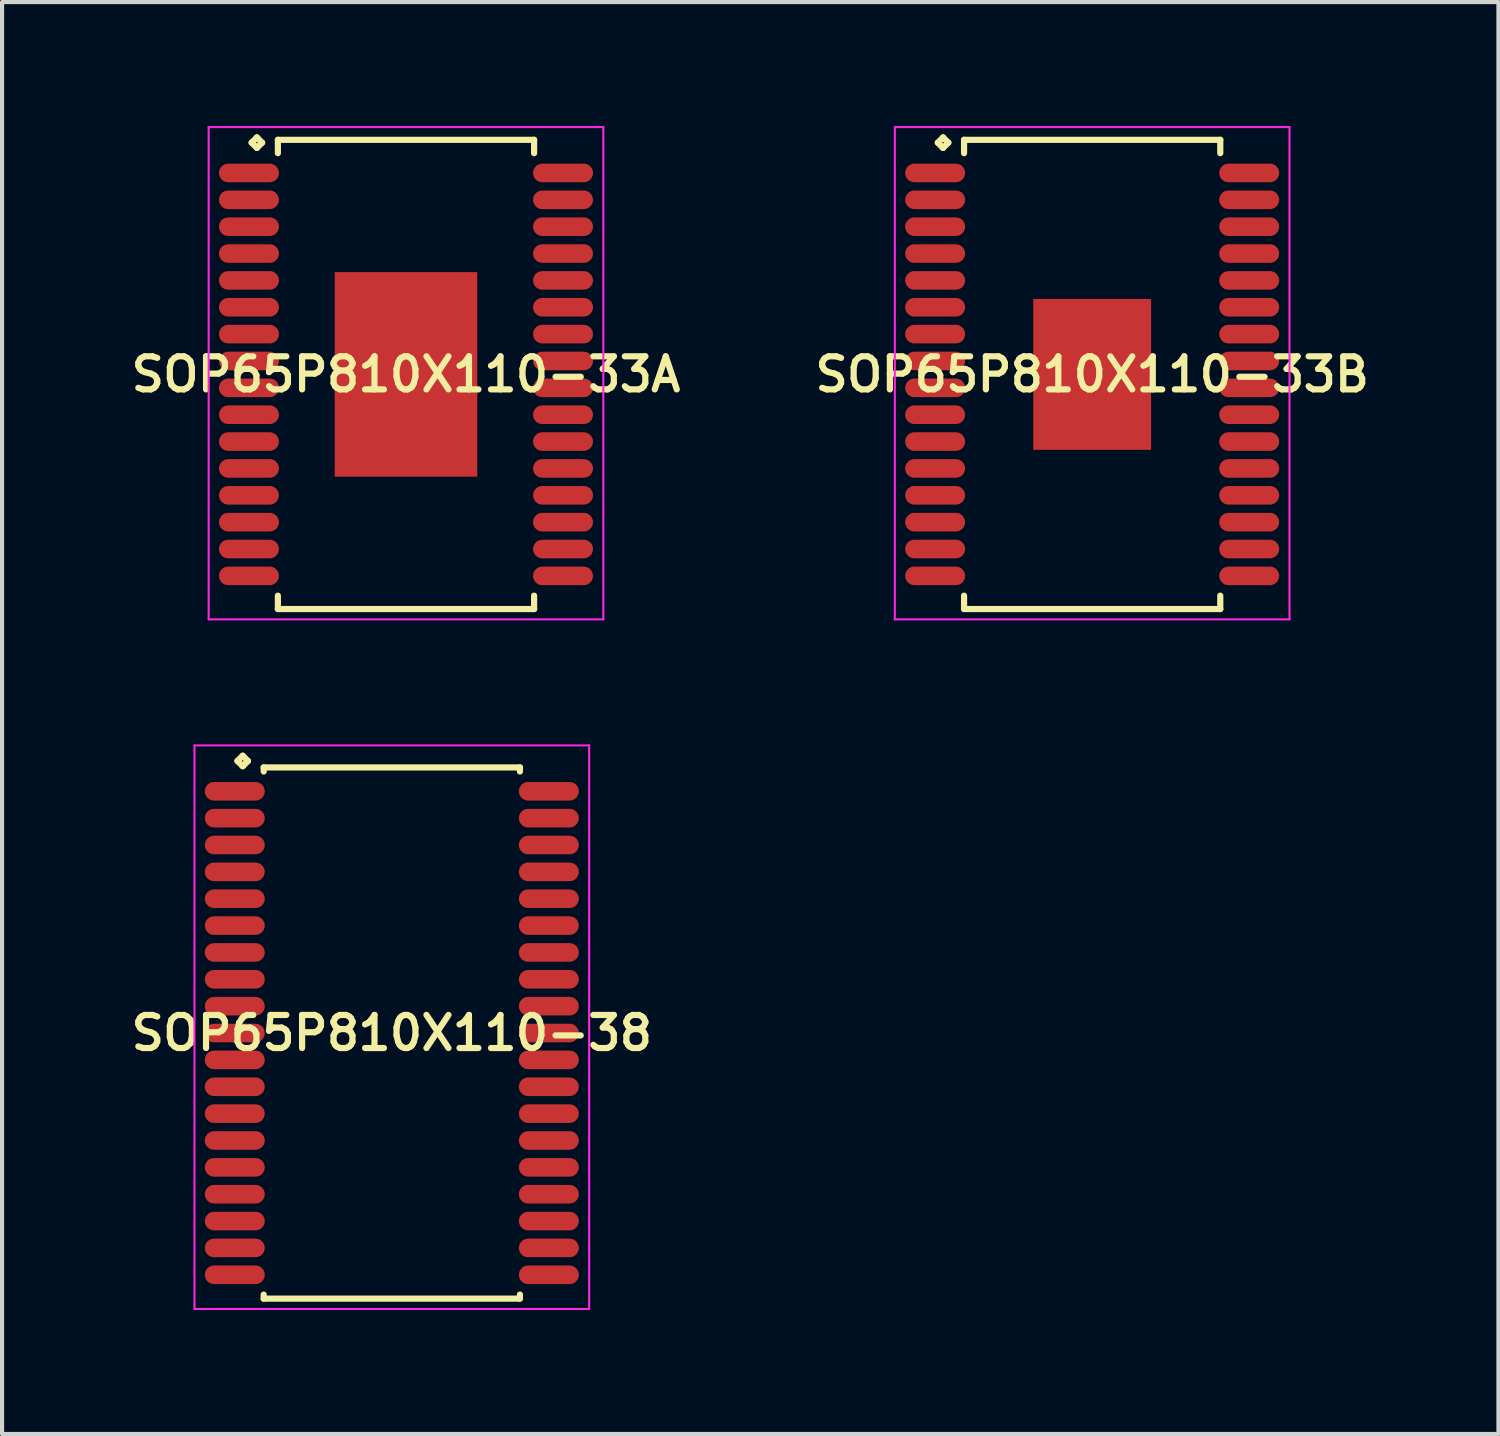
<source format=kicad_pcb>
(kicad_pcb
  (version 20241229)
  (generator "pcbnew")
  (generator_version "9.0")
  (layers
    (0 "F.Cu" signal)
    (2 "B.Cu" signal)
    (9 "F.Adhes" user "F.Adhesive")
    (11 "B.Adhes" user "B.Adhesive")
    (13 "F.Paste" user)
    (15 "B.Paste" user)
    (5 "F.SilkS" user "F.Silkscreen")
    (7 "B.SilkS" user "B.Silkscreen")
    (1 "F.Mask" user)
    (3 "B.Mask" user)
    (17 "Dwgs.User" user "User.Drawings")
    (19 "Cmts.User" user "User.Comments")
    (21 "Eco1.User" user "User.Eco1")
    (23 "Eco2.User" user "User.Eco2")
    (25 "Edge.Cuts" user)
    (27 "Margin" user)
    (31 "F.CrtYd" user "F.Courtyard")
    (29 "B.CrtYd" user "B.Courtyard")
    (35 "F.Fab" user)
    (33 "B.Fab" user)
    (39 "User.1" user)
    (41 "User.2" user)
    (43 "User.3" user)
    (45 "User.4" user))
  (footprint "SOP65P810X110-33B"
    (layer "F.Cu")
    (at 23.378 6.01)
    (property "Reference" "SOP65P810X110-33B" (at 0 0 0) (layer "F.SilkS") (effects (font (size 0.8 0.8) (thickness 0.15))))
    (attr smd)
    (fp_line (start -3.735 -5.608) (end -3.608 -5.735) (stroke (width 0.15) (type solid)) (layer "F.SilkS"))
    (fp_line (start -3.608 -5.735) (end -3.481 -5.608) (stroke (width 0.15) (type solid)) (layer "F.SilkS"))
    (fp_line (start -3.608 -5.481) (end -3.735 -5.608) (stroke (width 0.15) (type solid)) (layer "F.SilkS"))
    (fp_line (start -3.481 -5.608) (end -3.608 -5.481) (stroke (width 0.15) (type solid)) (layer "F.SilkS"))
    (fp_line (start -3.1 -5.677) (end 3.1 -5.677) (stroke (width 0.15) (type solid)) (layer "F.SilkS"))
    (fp_line (start -3.1 -5.354) (end -3.1 -5.677) (stroke (width 0.15) (type solid)) (layer "F.SilkS"))
    (fp_line (start -3.1 5.354) (end -3.1 5.677) (stroke (width 0.15) (type solid)) (layer "F.SilkS"))
    (fp_line (start -3.1 5.677) (end 3.1 5.677) (stroke (width 0.15) (type solid)) (layer "F.SilkS"))
    (fp_line (start 3.1 -5.677) (end 3.1 -5.354) (stroke (width 0.15) (type solid)) (layer "F.SilkS"))
    (fp_line (start 3.1 5.677) (end 3.1 5.354) (stroke (width 0.15) (type solid)) (layer "F.SilkS"))
    (fp_line (start -4.775 -5.985) (end 4.775 -5.985) (stroke (width 0.05) (type solid)) (layer "F.CrtYd"))
    (fp_line (start -4.775 5.927) (end -4.775 -5.985) (stroke (width 0.05) (type solid)) (layer "F.CrtYd"))
    (fp_line (start 4.775 -5.985) (end 4.775 5.927) (stroke (width 0.05) (type solid)) (layer "F.CrtYd"))
    (fp_line (start 4.775 5.927) (end -4.775 5.927) (stroke (width 0.05) (type solid)) (layer "F.CrtYd"))
    (pad "1" smd oval (at -3.8 -4.875) (size 1.45 0.45) (layers "F.Cu" "F.Mask" "F.Paste"))
    (pad "2" smd oval (at -3.8 -4.225) (size 1.45 0.45) (layers "F.Cu" "F.Mask" "F.Paste"))
    (pad "3" smd oval (at -3.8 -3.575) (size 1.45 0.45) (layers "F.Cu" "F.Mask" "F.Paste"))
    (pad "4" smd oval (at -3.8 -2.925) (size 1.45 0.45) (layers "F.Cu" "F.Mask" "F.Paste"))
    (pad "5" smd oval (at -3.8 -2.275) (size 1.45 0.45) (layers "F.Cu" "F.Mask" "F.Paste"))
    (pad "6" smd oval (at -3.8 -1.625) (size 1.45 0.45) (layers "F.Cu" "F.Mask" "F.Paste"))
    (pad "7" smd oval (at -3.8 -0.975) (size 1.45 0.45) (layers "F.Cu" "F.Mask" "F.Paste"))
    (pad "8" smd oval (at -3.8 -0.325) (size 1.45 0.45) (layers "F.Cu" "F.Mask" "F.Paste"))
    (pad "9" smd oval (at -3.8 0.325) (size 1.45 0.45) (layers "F.Cu" "F.Mask" "F.Paste"))
    (pad "10" smd oval (at -3.8 0.975) (size 1.45 0.45) (layers "F.Cu" "F.Mask" "F.Paste"))
    (pad "11" smd oval (at -3.8 1.625) (size 1.45 0.45) (layers "F.Cu" "F.Mask" "F.Paste"))
    (pad "12" smd oval (at -3.8 2.275) (size 1.45 0.45) (layers "F.Cu" "F.Mask" "F.Paste"))
    (pad "13" smd oval (at -3.8 2.925) (size 1.45 0.45) (layers "F.Cu" "F.Mask" "F.Paste"))
    (pad "14" smd oval (at -3.8 3.575) (size 1.45 0.45) (layers "F.Cu" "F.Mask" "F.Paste"))
    (pad "15" smd oval (at -3.8 4.225) (size 1.45 0.45) (layers "F.Cu" "F.Mask" "F.Paste"))
    (pad "16" smd oval (at -3.8 4.875) (size 1.45 0.45) (layers "F.Cu" "F.Mask" "F.Paste"))
    (pad "17" smd oval (at 3.8 4.875) (size 1.45 0.45) (layers "F.Cu" "F.Mask" "F.Paste"))
    (pad "18" smd oval (at 3.8 4.225) (size 1.45 0.45) (layers "F.Cu" "F.Mask" "F.Paste"))
    (pad "19" smd oval (at 3.8 3.575) (size 1.45 0.45) (layers "F.Cu" "F.Mask" "F.Paste"))
    (pad "20" smd oval (at 3.8 2.925) (size 1.45 0.45) (layers "F.Cu" "F.Mask" "F.Paste"))
    (pad "21" smd oval (at 3.8 2.275) (size 1.45 0.45) (layers "F.Cu" "F.Mask" "F.Paste"))
    (pad "22" smd oval (at 3.8 1.625) (size 1.45 0.45) (layers "F.Cu" "F.Mask" "F.Paste"))
    (pad "23" smd oval (at 3.8 0.975) (size 1.45 0.45) (layers "F.Cu" "F.Mask" "F.Paste"))
    (pad "24" smd oval (at 3.8 0.325) (size 1.45 0.45) (layers "F.Cu" "F.Mask" "F.Paste"))
    (pad "25" smd oval (at 3.8 -0.325) (size 1.45 0.45) (layers "F.Cu" "F.Mask" "F.Paste"))
    (pad "26" smd oval (at 3.8 -0.975) (size 1.45 0.45) (layers "F.Cu" "F.Mask" "F.Paste"))
    (pad "27" smd oval (at 3.8 -1.625) (size 1.45 0.45) (layers "F.Cu" "F.Mask" "F.Paste"))
    (pad "28" smd oval (at 3.8 -2.275) (size 1.45 0.45) (layers "F.Cu" "F.Mask" "F.Paste"))
    (pad "29" smd oval (at 3.8 -2.925) (size 1.45 0.45) (layers "F.Cu" "F.Mask" "F.Paste"))
    (pad "30" smd oval (at 3.8 -3.575) (size 1.45 0.45) (layers "F.Cu" "F.Mask" "F.Paste"))
    (pad "31" smd oval (at 3.8 -4.225) (size 1.45 0.45) (layers "F.Cu" "F.Mask" "F.Paste"))
    (pad "32" smd oval (at 3.8 -4.875) (size 1.45 0.45) (layers "F.Cu" "F.Mask" "F.Paste"))
    (pad "33" smd rect (at 0 0) (size 2.85 3.65) (layers "F.Cu" "F.Mask" "F.Paste")))
  (footprint "SOP65P810X110-33A"
    (layer "F.Cu")
    (at 6.774 6.01)
    (property "Reference" "SOP65P810X110-33A" (at 0 0 0) (layer "F.SilkS") (effects (font (size 0.8 0.8) (thickness 0.15))))
    (attr smd)
    (fp_line (start -3.735 -5.608) (end -3.608 -5.735) (stroke (width 0.15) (type solid)) (layer "F.SilkS"))
    (fp_line (start -3.608 -5.735) (end -3.481 -5.608) (stroke (width 0.15) (type solid)) (layer "F.SilkS"))
    (fp_line (start -3.608 -5.481) (end -3.735 -5.608) (stroke (width 0.15) (type solid)) (layer "F.SilkS"))
    (fp_line (start -3.481 -5.608) (end -3.608 -5.481) (stroke (width 0.15) (type solid)) (layer "F.SilkS"))
    (fp_line (start -3.1 -5.677) (end 3.1 -5.677) (stroke (width 0.15) (type solid)) (layer "F.SilkS"))
    (fp_line (start -3.1 -5.354) (end -3.1 -5.677) (stroke (width 0.15) (type solid)) (layer "F.SilkS"))
    (fp_line (start -3.1 5.354) (end -3.1 5.677) (stroke (width 0.15) (type solid)) (layer "F.SilkS"))
    (fp_line (start -3.1 5.677) (end 3.1 5.677) (stroke (width 0.15) (type solid)) (layer "F.SilkS"))
    (fp_line (start 3.1 -5.677) (end 3.1 -5.354) (stroke (width 0.15) (type solid)) (layer "F.SilkS"))
    (fp_line (start 3.1 5.677) (end 3.1 5.354) (stroke (width 0.15) (type solid)) (layer "F.SilkS"))
    (fp_line (start -4.775 -5.985) (end 4.775 -5.985) (stroke (width 0.05) (type solid)) (layer "F.CrtYd"))
    (fp_line (start -4.775 5.927) (end -4.775 -5.985) (stroke (width 0.05) (type solid)) (layer "F.CrtYd"))
    (fp_line (start 4.775 -5.985) (end 4.775 5.927) (stroke (width 0.05) (type solid)) (layer "F.CrtYd"))
    (fp_line (start 4.775 5.927) (end -4.775 5.927) (stroke (width 0.05) (type solid)) (layer "F.CrtYd"))
    (pad "1" smd oval (at -3.8 -4.875) (size 1.45 0.45) (layers "F.Cu" "F.Mask" "F.Paste"))
    (pad "2" smd oval (at -3.8 -4.225) (size 1.45 0.45) (layers "F.Cu" "F.Mask" "F.Paste"))
    (pad "3" smd oval (at -3.8 -3.575) (size 1.45 0.45) (layers "F.Cu" "F.Mask" "F.Paste"))
    (pad "4" smd oval (at -3.8 -2.925) (size 1.45 0.45) (layers "F.Cu" "F.Mask" "F.Paste"))
    (pad "5" smd oval (at -3.8 -2.275) (size 1.45 0.45) (layers "F.Cu" "F.Mask" "F.Paste"))
    (pad "6" smd oval (at -3.8 -1.625) (size 1.45 0.45) (layers "F.Cu" "F.Mask" "F.Paste"))
    (pad "7" smd oval (at -3.8 -0.975) (size 1.45 0.45) (layers "F.Cu" "F.Mask" "F.Paste"))
    (pad "8" smd oval (at -3.8 -0.325) (size 1.45 0.45) (layers "F.Cu" "F.Mask" "F.Paste"))
    (pad "9" smd oval (at -3.8 0.325) (size 1.45 0.45) (layers "F.Cu" "F.Mask" "F.Paste"))
    (pad "10" smd oval (at -3.8 0.975) (size 1.45 0.45) (layers "F.Cu" "F.Mask" "F.Paste"))
    (pad "11" smd oval (at -3.8 1.625) (size 1.45 0.45) (layers "F.Cu" "F.Mask" "F.Paste"))
    (pad "12" smd oval (at -3.8 2.275) (size 1.45 0.45) (layers "F.Cu" "F.Mask" "F.Paste"))
    (pad "13" smd oval (at -3.8 2.925) (size 1.45 0.45) (layers "F.Cu" "F.Mask" "F.Paste"))
    (pad "14" smd oval (at -3.8 3.575) (size 1.45 0.45) (layers "F.Cu" "F.Mask" "F.Paste"))
    (pad "15" smd oval (at -3.8 4.225) (size 1.45 0.45) (layers "F.Cu" "F.Mask" "F.Paste"))
    (pad "16" smd oval (at -3.8 4.875) (size 1.45 0.45) (layers "F.Cu" "F.Mask" "F.Paste"))
    (pad "17" smd oval (at 3.8 4.875) (size 1.45 0.45) (layers "F.Cu" "F.Mask" "F.Paste"))
    (pad "18" smd oval (at 3.8 4.225) (size 1.45 0.45) (layers "F.Cu" "F.Mask" "F.Paste"))
    (pad "19" smd oval (at 3.8 3.575) (size 1.45 0.45) (layers "F.Cu" "F.Mask" "F.Paste"))
    (pad "20" smd oval (at 3.8 2.925) (size 1.45 0.45) (layers "F.Cu" "F.Mask" "F.Paste"))
    (pad "21" smd oval (at 3.8 2.275) (size 1.45 0.45) (layers "F.Cu" "F.Mask" "F.Paste"))
    (pad "22" smd oval (at 3.8 1.625) (size 1.45 0.45) (layers "F.Cu" "F.Mask" "F.Paste"))
    (pad "23" smd oval (at 3.8 0.975) (size 1.45 0.45) (layers "F.Cu" "F.Mask" "F.Paste"))
    (pad "24" smd oval (at 3.8 0.325) (size 1.45 0.45) (layers "F.Cu" "F.Mask" "F.Paste"))
    (pad "25" smd oval (at 3.8 -0.325) (size 1.45 0.45) (layers "F.Cu" "F.Mask" "F.Paste"))
    (pad "26" smd oval (at 3.8 -0.975) (size 1.45 0.45) (layers "F.Cu" "F.Mask" "F.Paste"))
    (pad "27" smd oval (at 3.8 -1.625) (size 1.45 0.45) (layers "F.Cu" "F.Mask" "F.Paste"))
    (pad "28" smd oval (at 3.8 -2.275) (size 1.45 0.45) (layers "F.Cu" "F.Mask" "F.Paste"))
    (pad "29" smd oval (at 3.8 -2.925) (size 1.45 0.45) (layers "F.Cu" "F.Mask" "F.Paste"))
    (pad "30" smd oval (at 3.8 -3.575) (size 1.45 0.45) (layers "F.Cu" "F.Mask" "F.Paste"))
    (pad "31" smd oval (at 3.8 -4.225) (size 1.45 0.45) (layers "F.Cu" "F.Mask" "F.Paste"))
    (pad "32" smd oval (at 3.8 -4.875) (size 1.45 0.45) (layers "F.Cu" "F.Mask" "F.Paste"))
    (pad "33" smd rect (at 0 0) (size 3.45 4.95) (layers "F.Cu" "F.Mask" "F.Paste")))
  (footprint "SOP65P810X110-38"
    (layer "F.Cu")
    (at 6.431 21.947)
    (property "Reference" "SOP65P810X110-38" (at 0 0 0) (layer "F.SilkS") (effects (font (size 0.8 0.8) (thickness 0.15))))
    (attr smd)
    (fp_line (start -3.735 -6.583) (end -3.608 -6.71) (stroke (width 0.15) (type solid)) (layer "F.SilkS"))
    (fp_line (start -3.608 -6.71) (end -3.481 -6.583) (stroke (width 0.15) (type solid)) (layer "F.SilkS"))
    (fp_line (start -3.608 -6.456) (end -3.735 -6.583) (stroke (width 0.15) (type solid)) (layer "F.SilkS"))
    (fp_line (start -3.481 -6.583) (end -3.608 -6.456) (stroke (width 0.15) (type solid)) (layer "F.SilkS"))
    (fp_line (start -3.1 -6.427) (end 3.1 -6.427) (stroke (width 0.15) (type solid)) (layer "F.SilkS"))
    (fp_line (start -3.1 -6.329) (end -3.1 -6.427) (stroke (width 0.15) (type solid)) (layer "F.SilkS"))
    (fp_line (start -3.1 6.329) (end -3.1 6.427) (stroke (width 0.15) (type solid)) (layer "F.SilkS"))
    (fp_line (start -3.1 6.427) (end 3.1 6.427) (stroke (width 0.15) (type solid)) (layer "F.SilkS"))
    (fp_line (start 3.1 -6.427) (end 3.1 -6.329) (stroke (width 0.15) (type solid)) (layer "F.SilkS"))
    (fp_line (start 3.1 6.427) (end 3.1 6.329) (stroke (width 0.15) (type solid)) (layer "F.SilkS"))
    (fp_line (start -4.775 -6.96) (end 4.775 -6.96) (stroke (width 0.05) (type solid)) (layer "F.CrtYd"))
    (fp_line (start -4.775 6.677) (end -4.775 -6.96) (stroke (width 0.05) (type solid)) (layer "F.CrtYd"))
    (fp_line (start 4.775 -6.96) (end 4.775 6.677) (stroke (width 0.05) (type solid)) (layer "F.CrtYd"))
    (fp_line (start 4.775 6.677) (end -4.775 6.677) (stroke (width 0.05) (type solid)) (layer "F.CrtYd"))
    (pad "1" smd oval (at -3.8 -5.85) (size 1.45 0.45) (layers "F.Cu" "F.Mask" "F.Paste"))
    (pad "2" smd oval (at -3.8 -5.2) (size 1.45 0.45) (layers "F.Cu" "F.Mask" "F.Paste"))
    (pad "3" smd oval (at -3.8 -4.55) (size 1.45 0.45) (layers "F.Cu" "F.Mask" "F.Paste"))
    (pad "4" smd oval (at -3.8 -3.9) (size 1.45 0.45) (layers "F.Cu" "F.Mask" "F.Paste"))
    (pad "5" smd oval (at -3.8 -3.25) (size 1.45 0.45) (layers "F.Cu" "F.Mask" "F.Paste"))
    (pad "6" smd oval (at -3.8 -2.6) (size 1.45 0.45) (layers "F.Cu" "F.Mask" "F.Paste"))
    (pad "7" smd oval (at -3.8 -1.95) (size 1.45 0.45) (layers "F.Cu" "F.Mask" "F.Paste"))
    (pad "8" smd oval (at -3.8 -1.3) (size 1.45 0.45) (layers "F.Cu" "F.Mask" "F.Paste"))
    (pad "9" smd oval (at -3.8 -0.65) (size 1.45 0.45) (layers "F.Cu" "F.Mask" "F.Paste"))
    (pad "10" smd oval (at -3.8 0) (size 1.45 0.45) (layers "F.Cu" "F.Mask" "F.Paste"))
    (pad "11" smd oval (at -3.8 0.65) (size 1.45 0.45) (layers "F.Cu" "F.Mask" "F.Paste"))
    (pad "12" smd oval (at -3.8 1.3) (size 1.45 0.45) (layers "F.Cu" "F.Mask" "F.Paste"))
    (pad "13" smd oval (at -3.8 1.95) (size 1.45 0.45) (layers "F.Cu" "F.Mask" "F.Paste"))
    (pad "14" smd oval (at -3.8 2.6) (size 1.45 0.45) (layers "F.Cu" "F.Mask" "F.Paste"))
    (pad "15" smd oval (at -3.8 3.25) (size 1.45 0.45) (layers "F.Cu" "F.Mask" "F.Paste"))
    (pad "16" smd oval (at -3.8 3.9) (size 1.45 0.45) (layers "F.Cu" "F.Mask" "F.Paste"))
    (pad "17" smd oval (at -3.8 4.55) (size 1.45 0.45) (layers "F.Cu" "F.Mask" "F.Paste"))
    (pad "18" smd oval (at -3.8 5.2) (size 1.45 0.45) (layers "F.Cu" "F.Mask" "F.Paste"))
    (pad "19" smd oval (at -3.8 5.85) (size 1.45 0.45) (layers "F.Cu" "F.Mask" "F.Paste"))
    (pad "20" smd oval (at 3.8 5.85) (size 1.45 0.45) (layers "F.Cu" "F.Mask" "F.Paste"))
    (pad "21" smd oval (at 3.8 5.2) (size 1.45 0.45) (layers "F.Cu" "F.Mask" "F.Paste"))
    (pad "22" smd oval (at 3.8 4.55) (size 1.45 0.45) (layers "F.Cu" "F.Mask" "F.Paste"))
    (pad "23" smd oval (at 3.8 3.9) (size 1.45 0.45) (layers "F.Cu" "F.Mask" "F.Paste"))
    (pad "24" smd oval (at 3.8 3.25) (size 1.45 0.45) (layers "F.Cu" "F.Mask" "F.Paste"))
    (pad "25" smd oval (at 3.8 2.6) (size 1.45 0.45) (layers "F.Cu" "F.Mask" "F.Paste"))
    (pad "26" smd oval (at 3.8 1.95) (size 1.45 0.45) (layers "F.Cu" "F.Mask" "F.Paste"))
    (pad "27" smd oval (at 3.8 1.3) (size 1.45 0.45) (layers "F.Cu" "F.Mask" "F.Paste"))
    (pad "28" smd oval (at 3.8 0.65) (size 1.45 0.45) (layers "F.Cu" "F.Mask" "F.Paste"))
    (pad "29" smd oval (at 3.8 0) (size 1.45 0.45) (layers "F.Cu" "F.Mask" "F.Paste"))
    (pad "30" smd oval (at 3.8 -0.65) (size 1.45 0.45) (layers "F.Cu" "F.Mask" "F.Paste"))
    (pad "31" smd oval (at 3.8 -1.3) (size 1.45 0.45) (layers "F.Cu" "F.Mask" "F.Paste"))
    (pad "32" smd oval (at 3.8 -1.95) (size 1.45 0.45) (layers "F.Cu" "F.Mask" "F.Paste"))
    (pad "33" smd oval (at 3.8 -2.6) (size 1.45 0.45) (layers "F.Cu" "F.Mask" "F.Paste"))
    (pad "34" smd oval (at 3.8 -3.25) (size 1.45 0.45) (layers "F.Cu" "F.Mask" "F.Paste"))
    (pad "35" smd oval (at 3.8 -3.9) (size 1.45 0.45) (layers "F.Cu" "F.Mask" "F.Paste"))
    (pad "36" smd oval (at 3.8 -4.55) (size 1.45 0.45) (layers "F.Cu" "F.Mask" "F.Paste"))
    (pad "37" smd oval (at 3.8 -5.2) (size 1.45 0.45) (layers "F.Cu" "F.Mask" "F.Paste"))
    (pad "38" smd oval (at 3.8 -5.85) (size 1.45 0.45) (layers "F.Cu" "F.Mask" "F.Paste")))
  (gr_rect
    (start -3 -3)
    (end 33.209 31.649)
    (stroke (width 0.1) (type default))
    (fill no)
    (layer "Edge.Cuts")))
</source>
